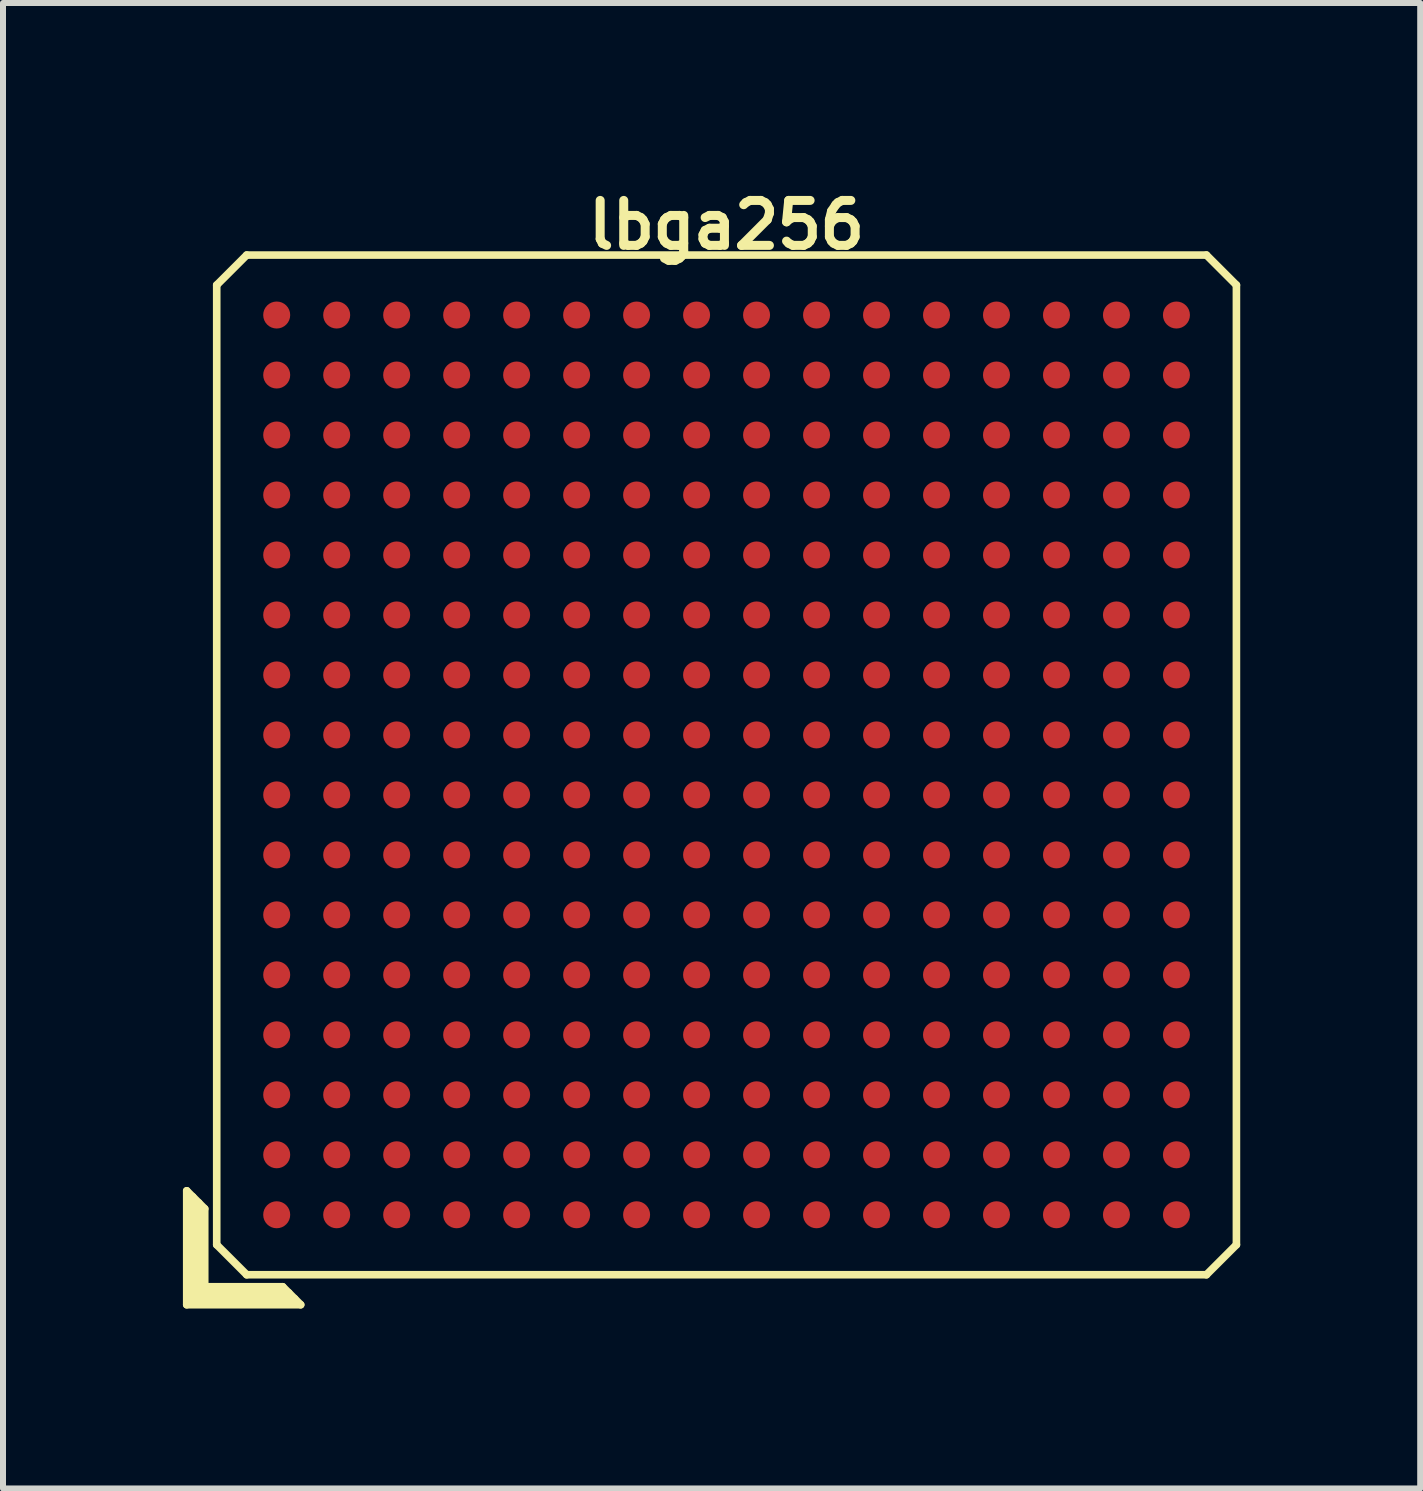
<source format=kicad_pcb>
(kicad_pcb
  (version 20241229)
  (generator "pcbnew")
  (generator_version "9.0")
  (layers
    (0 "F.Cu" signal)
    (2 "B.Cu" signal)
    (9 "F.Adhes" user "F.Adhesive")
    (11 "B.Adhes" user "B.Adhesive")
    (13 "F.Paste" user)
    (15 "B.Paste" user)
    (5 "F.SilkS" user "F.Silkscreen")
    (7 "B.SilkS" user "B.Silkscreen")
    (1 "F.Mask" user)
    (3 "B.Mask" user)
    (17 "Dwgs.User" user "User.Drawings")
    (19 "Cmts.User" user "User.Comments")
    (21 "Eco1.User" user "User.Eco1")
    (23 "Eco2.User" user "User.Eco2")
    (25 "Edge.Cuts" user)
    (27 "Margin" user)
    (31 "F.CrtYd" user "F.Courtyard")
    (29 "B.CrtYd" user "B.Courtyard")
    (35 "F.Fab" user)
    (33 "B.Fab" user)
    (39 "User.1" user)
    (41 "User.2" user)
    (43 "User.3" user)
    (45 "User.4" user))
  (footprint "lbga256"
    (layer "F.Cu")
    (at 9.063 9.702)
    (property "Reference" "lbga256" (at 0 -9 0) (layer "F.SilkS") (effects (font (size 0.75 0.75) (thickness 0.15))))
    (attr smd)
    (fp_line (start -9 7.1) (end -8.7 7.4) (stroke (width 0.127) (type solid)) (layer "F.SilkS"))
    (fp_line (start -9 9) (end -9 7.1) (stroke (width 0.127) (type solid)) (layer "F.SilkS"))
    (fp_line (start -8.9 7.3) (end -8.9 7.2) (stroke (width 0.127) (type solid)) (layer "F.SilkS"))
    (fp_line (start -8.9 8.9) (end -8.9 7.3) (stroke (width 0.127) (type solid)) (layer "F.SilkS"))
    (fp_line (start -8.8 7.3) (end -8.8 8.8) (stroke (width 0.127) (type solid)) (layer "F.SilkS"))
    (fp_line (start -8.8 8.8) (end -7.3 8.8) (stroke (width 0.127) (type solid)) (layer "F.SilkS"))
    (fp_line (start -8.7 7.4) (end -8.7 8.7) (stroke (width 0.127) (type solid)) (layer "F.SilkS"))
    (fp_line (start -8.7 8.7) (end -7.4 8.7) (stroke (width 0.127) (type solid)) (layer "F.SilkS"))
    (fp_line (start -8.5 -8) (end -8.5 8) (stroke (width 0.127) (type solid)) (layer "F.SilkS"))
    (fp_line (start -8.5 -8) (end -8 -8.5) (stroke (width 0.127) (type solid)) (layer "F.SilkS"))
    (fp_line (start -8 8.5) (end -8.5 8) (stroke (width 0.127) (type solid)) (layer "F.SilkS"))
    (fp_line (start -8 8.5) (end 8 8.5) (stroke (width 0.127) (type solid)) (layer "F.SilkS"))
    (fp_line (start -7.4 8.7) (end -7.1 9) (stroke (width 0.127) (type solid)) (layer "F.SilkS"))
    (fp_line (start -7.2 8.9) (end -8.9 8.9) (stroke (width 0.127) (type solid)) (layer "F.SilkS"))
    (fp_line (start -7.1 9) (end -9 9) (stroke (width 0.127) (type solid)) (layer "F.SilkS"))
    (fp_line (start 8 -8.5) (end -8 -8.5) (stroke (width 0.127) (type solid)) (layer "F.SilkS"))
    (fp_line (start 8 -8.5) (end 8.5 -8) (stroke (width 0.127) (type solid)) (layer "F.SilkS"))
    (fp_line (start 8.5 8) (end 8 8.5) (stroke (width 0.127) (type solid)) (layer "F.SilkS"))
    (fp_line (start 8.5 8) (end 8.5 -8) (stroke (width 0.127) (type solid)) (layer "F.SilkS"))
    (pad "A1" smd circle (at -7.5 7.5) (size 0.45 0.45) (layers "F.Cu" "F.Mask" "F.Paste"))
    (pad "A2" smd circle (at -6.5 7.5) (size 0.45 0.45) (layers "F.Cu" "F.Mask" "F.Paste"))
    (pad "A3" smd circle (at -5.5 7.5) (size 0.45 0.45) (layers "F.Cu" "F.Mask" "F.Paste"))
    (pad "A4" smd circle (at -4.5 7.5) (size 0.45 0.45) (layers "F.Cu" "F.Mask" "F.Paste"))
    (pad "A5" smd circle (at -3.5 7.5) (size 0.45 0.45) (layers "F.Cu" "F.Mask" "F.Paste"))
    (pad "A6" smd circle (at -2.5 7.5) (size 0.45 0.45) (layers "F.Cu" "F.Mask" "F.Paste"))
    (pad "A7" smd circle (at -1.5 7.5) (size 0.45 0.45) (layers "F.Cu" "F.Mask" "F.Paste"))
    (pad "A8" smd circle (at -0.5 7.5) (size 0.45 0.45) (layers "F.Cu" "F.Mask" "F.Paste"))
    (pad "A9" smd circle (at 0.5 7.5) (size 0.45 0.45) (layers "F.Cu" "F.Mask" "F.Paste"))
    (pad "A10" smd circle (at 1.5 7.5) (size 0.45 0.45) (layers "F.Cu" "F.Mask" "F.Paste"))
    (pad "A11" smd circle (at 2.5 7.5) (size 0.45 0.45) (layers "F.Cu" "F.Mask" "F.Paste"))
    (pad "A12" smd circle (at 3.5 7.5) (size 0.45 0.45) (layers "F.Cu" "F.Mask" "F.Paste"))
    (pad "A13" smd circle (at 4.5 7.5) (size 0.45 0.45) (layers "F.Cu" "F.Mask" "F.Paste"))
    (pad "A14" smd circle (at 5.5 7.5) (size 0.45 0.45) (layers "F.Cu" "F.Mask" "F.Paste"))
    (pad "A15" smd circle (at 6.5 7.5) (size 0.45 0.45) (layers "F.Cu" "F.Mask" "F.Paste"))
    (pad "A16" smd circle (at 7.5 7.5) (size 0.45 0.45) (layers "F.Cu" "F.Mask" "F.Paste"))
    (pad "B1" smd circle (at -7.5 6.5) (size 0.45 0.45) (layers "F.Cu" "F.Mask" "F.Paste"))
    (pad "B2" smd circle (at -6.5 6.5) (size 0.45 0.45) (layers "F.Cu" "F.Mask" "F.Paste"))
    (pad "B3" smd circle (at -5.5 6.5) (size 0.45 0.45) (layers "F.Cu" "F.Mask" "F.Paste"))
    (pad "B4" smd circle (at -4.5 6.5) (size 0.45 0.45) (layers "F.Cu" "F.Mask" "F.Paste"))
    (pad "B5" smd circle (at -3.5 6.5) (size 0.45 0.45) (layers "F.Cu" "F.Mask" "F.Paste"))
    (pad "B6" smd circle (at -2.5 6.5) (size 0.45 0.45) (layers "F.Cu" "F.Mask" "F.Paste"))
    (pad "B7" smd circle (at -1.5 6.5) (size 0.45 0.45) (layers "F.Cu" "F.Mask" "F.Paste"))
    (pad "B8" smd circle (at -0.5 6.5) (size 0.45 0.45) (layers "F.Cu" "F.Mask" "F.Paste"))
    (pad "B9" smd circle (at 0.5 6.5) (size 0.45 0.45) (layers "F.Cu" "F.Mask" "F.Paste"))
    (pad "B10" smd circle (at 1.5 6.5) (size 0.45 0.45) (layers "F.Cu" "F.Mask" "F.Paste"))
    (pad "B11" smd circle (at 2.5 6.5) (size 0.45 0.45) (layers "F.Cu" "F.Mask" "F.Paste"))
    (pad "B12" smd circle (at 3.5 6.5) (size 0.45 0.45) (layers "F.Cu" "F.Mask" "F.Paste"))
    (pad "B13" smd circle (at 4.5 6.5) (size 0.45 0.45) (layers "F.Cu" "F.Mask" "F.Paste"))
    (pad "B14" smd circle (at 5.5 6.5) (size 0.45 0.45) (layers "F.Cu" "F.Mask" "F.Paste"))
    (pad "B15" smd circle (at 6.5 6.5) (size 0.45 0.45) (layers "F.Cu" "F.Mask" "F.Paste"))
    (pad "B16" smd circle (at 7.5 6.5) (size 0.45 0.45) (layers "F.Cu" "F.Mask" "F.Paste"))
    (pad "C1" smd circle (at -7.5 5.5) (size 0.45 0.45) (layers "F.Cu" "F.Mask" "F.Paste"))
    (pad "C2" smd circle (at -6.5 5.5) (size 0.45 0.45) (layers "F.Cu" "F.Mask" "F.Paste"))
    (pad "C3" smd circle (at -5.5 5.5) (size 0.45 0.45) (layers "F.Cu" "F.Mask" "F.Paste"))
    (pad "C4" smd circle (at -4.5 5.5) (size 0.45 0.45) (layers "F.Cu" "F.Mask" "F.Paste"))
    (pad "C5" smd circle (at -3.5 5.5) (size 0.45 0.45) (layers "F.Cu" "F.Mask" "F.Paste"))
    (pad "C6" smd circle (at -2.5 5.5) (size 0.45 0.45) (layers "F.Cu" "F.Mask" "F.Paste"))
    (pad "C7" smd circle (at -1.5 5.5) (size 0.45 0.45) (layers "F.Cu" "F.Mask" "F.Paste"))
    (pad "C8" smd circle (at -0.5 5.5) (size 0.45 0.45) (layers "F.Cu" "F.Mask" "F.Paste"))
    (pad "C9" smd circle (at 0.5 5.5) (size 0.45 0.45) (layers "F.Cu" "F.Mask" "F.Paste"))
    (pad "C10" smd circle (at 1.5 5.5) (size 0.45 0.45) (layers "F.Cu" "F.Mask" "F.Paste"))
    (pad "C11" smd circle (at 2.5 5.5) (size 0.45 0.45) (layers "F.Cu" "F.Mask" "F.Paste"))
    (pad "C12" smd circle (at 3.5 5.5) (size 0.45 0.45) (layers "F.Cu" "F.Mask" "F.Paste"))
    (pad "C13" smd circle (at 4.5 5.5) (size 0.45 0.45) (layers "F.Cu" "F.Mask" "F.Paste"))
    (pad "C14" smd circle (at 5.5 5.5) (size 0.45 0.45) (layers "F.Cu" "F.Mask" "F.Paste"))
    (pad "C15" smd circle (at 6.5 5.5) (size 0.45 0.45) (layers "F.Cu" "F.Mask" "F.Paste"))
    (pad "C16" smd circle (at 7.5 5.5) (size 0.45 0.45) (layers "F.Cu" "F.Mask" "F.Paste"))
    (pad "D1" smd circle (at -7.5 4.5) (size 0.45 0.45) (layers "F.Cu" "F.Mask" "F.Paste"))
    (pad "D2" smd circle (at -6.5 4.5) (size 0.45 0.45) (layers "F.Cu" "F.Mask" "F.Paste"))
    (pad "D3" smd circle (at -5.5 4.5) (size 0.45 0.45) (layers "F.Cu" "F.Mask" "F.Paste"))
    (pad "D4" smd circle (at -4.5 4.5) (size 0.45 0.45) (layers "F.Cu" "F.Mask" "F.Paste"))
    (pad "D5" smd circle (at -3.5 4.5) (size 0.45 0.45) (layers "F.Cu" "F.Mask" "F.Paste"))
    (pad "D6" smd circle (at -2.5 4.5) (size 0.45 0.45) (layers "F.Cu" "F.Mask" "F.Paste"))
    (pad "D7" smd circle (at -1.5 4.5) (size 0.45 0.45) (layers "F.Cu" "F.Mask" "F.Paste"))
    (pad "D8" smd circle (at -0.5 4.5) (size 0.45 0.45) (layers "F.Cu" "F.Mask" "F.Paste"))
    (pad "D9" smd circle (at 0.5 4.5) (size 0.45 0.45) (layers "F.Cu" "F.Mask" "F.Paste"))
    (pad "D10" smd circle (at 1.5 4.5) (size 0.45 0.45) (layers "F.Cu" "F.Mask" "F.Paste"))
    (pad "D11" smd circle (at 2.5 4.5) (size 0.45 0.45) (layers "F.Cu" "F.Mask" "F.Paste"))
    (pad "D12" smd circle (at 3.5 4.5) (size 0.45 0.45) (layers "F.Cu" "F.Mask" "F.Paste"))
    (pad "D13" smd circle (at 4.5 4.5) (size 0.45 0.45) (layers "F.Cu" "F.Mask" "F.Paste"))
    (pad "D14" smd circle (at 5.5 4.5) (size 0.45 0.45) (layers "F.Cu" "F.Mask" "F.Paste"))
    (pad "D15" smd circle (at 6.5 4.5) (size 0.45 0.45) (layers "F.Cu" "F.Mask" "F.Paste"))
    (pad "D16" smd circle (at 7.5 4.5) (size 0.45 0.45) (layers "F.Cu" "F.Mask" "F.Paste"))
    (pad "E1" smd circle (at -7.5 3.5) (size 0.45 0.45) (layers "F.Cu" "F.Mask" "F.Paste"))
    (pad "E2" smd circle (at -6.5 3.5) (size 0.45 0.45) (layers "F.Cu" "F.Mask" "F.Paste"))
    (pad "E3" smd circle (at -5.5 3.5) (size 0.45 0.45) (layers "F.Cu" "F.Mask" "F.Paste"))
    (pad "E4" smd circle (at -4.5 3.5) (size 0.45 0.45) (layers "F.Cu" "F.Mask" "F.Paste"))
    (pad "E5" smd circle (at -3.5 3.5) (size 0.45 0.45) (layers "F.Cu" "F.Mask" "F.Paste"))
    (pad "E6" smd circle (at -2.5 3.5) (size 0.45 0.45) (layers "F.Cu" "F.Mask" "F.Paste"))
    (pad "E7" smd circle (at -1.5 3.5) (size 0.45 0.45) (layers "F.Cu" "F.Mask" "F.Paste"))
    (pad "E8" smd circle (at -0.5 3.5) (size 0.45 0.45) (layers "F.Cu" "F.Mask" "F.Paste"))
    (pad "E9" smd circle (at 0.5 3.5) (size 0.45 0.45) (layers "F.Cu" "F.Mask" "F.Paste"))
    (pad "E10" smd circle (at 1.5 3.5) (size 0.45 0.45) (layers "F.Cu" "F.Mask" "F.Paste"))
    (pad "E11" smd circle (at 2.5 3.5) (size 0.45 0.45) (layers "F.Cu" "F.Mask" "F.Paste"))
    (pad "E12" smd circle (at 3.5 3.5) (size 0.45 0.45) (layers "F.Cu" "F.Mask" "F.Paste"))
    (pad "E13" smd circle (at 4.5 3.5) (size 0.45 0.45) (layers "F.Cu" "F.Mask" "F.Paste"))
    (pad "E14" smd circle (at 5.5 3.5) (size 0.45 0.45) (layers "F.Cu" "F.Mask" "F.Paste"))
    (pad "E15" smd circle (at 6.5 3.5) (size 0.45 0.45) (layers "F.Cu" "F.Mask" "F.Paste"))
    (pad "E16" smd circle (at 7.5 3.5) (size 0.45 0.45) (layers "F.Cu" "F.Mask" "F.Paste"))
    (pad "F1" smd circle (at -7.5 2.5) (size 0.45 0.45) (layers "F.Cu" "F.Mask" "F.Paste"))
    (pad "F2" smd circle (at -6.5 2.5) (size 0.45 0.45) (layers "F.Cu" "F.Mask" "F.Paste"))
    (pad "F3" smd circle (at -5.5 2.5) (size 0.45 0.45) (layers "F.Cu" "F.Mask" "F.Paste"))
    (pad "F4" smd circle (at -4.5 2.5) (size 0.45 0.45) (layers "F.Cu" "F.Mask" "F.Paste"))
    (pad "F5" smd circle (at -3.5 2.5) (size 0.45 0.45) (layers "F.Cu" "F.Mask" "F.Paste"))
    (pad "F6" smd circle (at -2.5 2.5) (size 0.45 0.45) (layers "F.Cu" "F.Mask" "F.Paste"))
    (pad "F7" smd circle (at -1.5 2.5) (size 0.45 0.45) (layers "F.Cu" "F.Mask" "F.Paste"))
    (pad "F8" smd circle (at -0.5 2.5) (size 0.45 0.45) (layers "F.Cu" "F.Mask" "F.Paste"))
    (pad "F9" smd circle (at 0.5 2.5) (size 0.45 0.45) (layers "F.Cu" "F.Mask" "F.Paste"))
    (pad "F10" smd circle (at 1.5 2.5) (size 0.45 0.45) (layers "F.Cu" "F.Mask" "F.Paste"))
    (pad "F11" smd circle (at 2.5 2.5) (size 0.45 0.45) (layers "F.Cu" "F.Mask" "F.Paste"))
    (pad "F12" smd circle (at 3.5 2.5) (size 0.45 0.45) (layers "F.Cu" "F.Mask" "F.Paste"))
    (pad "F13" smd circle (at 4.5 2.5) (size 0.45 0.45) (layers "F.Cu" "F.Mask" "F.Paste"))
    (pad "F14" smd circle (at 5.5 2.5) (size 0.45 0.45) (layers "F.Cu" "F.Mask" "F.Paste"))
    (pad "F15" smd circle (at 6.5 2.5) (size 0.45 0.45) (layers "F.Cu" "F.Mask" "F.Paste"))
    (pad "F16" smd circle (at 7.5 2.5) (size 0.45 0.45) (layers "F.Cu" "F.Mask" "F.Paste"))
    (pad "G1" smd circle (at -7.5 1.5) (size 0.45 0.45) (layers "F.Cu" "F.Mask" "F.Paste"))
    (pad "G2" smd circle (at -6.5 1.5) (size 0.45 0.45) (layers "F.Cu" "F.Mask" "F.Paste"))
    (pad "G3" smd circle (at -5.5 1.5) (size 0.45 0.45) (layers "F.Cu" "F.Mask" "F.Paste"))
    (pad "G4" smd circle (at -4.5 1.5) (size 0.45 0.45) (layers "F.Cu" "F.Mask" "F.Paste"))
    (pad "G5" smd circle (at -3.5 1.5) (size 0.45 0.45) (layers "F.Cu" "F.Mask" "F.Paste"))
    (pad "G6" smd circle (at -2.5 1.5) (size 0.45 0.45) (layers "F.Cu" "F.Mask" "F.Paste"))
    (pad "G7" smd circle (at -1.5 1.5) (size 0.45 0.45) (layers "F.Cu" "F.Mask" "F.Paste"))
    (pad "G8" smd circle (at -0.5 1.5) (size 0.45 0.45) (layers "F.Cu" "F.Mask" "F.Paste"))
    (pad "G9" smd circle (at 0.5 1.5) (size 0.45 0.45) (layers "F.Cu" "F.Mask" "F.Paste"))
    (pad "G10" smd circle (at 1.5 1.5) (size 0.45 0.45) (layers "F.Cu" "F.Mask" "F.Paste"))
    (pad "G11" smd circle (at 2.5 1.5) (size 0.45 0.45) (layers "F.Cu" "F.Mask" "F.Paste"))
    (pad "G12" smd circle (at 3.5 1.5) (size 0.45 0.45) (layers "F.Cu" "F.Mask" "F.Paste"))
    (pad "G13" smd circle (at 4.5 1.5) (size 0.45 0.45) (layers "F.Cu" "F.Mask" "F.Paste"))
    (pad "G14" smd circle (at 5.5 1.5) (size 0.45 0.45) (layers "F.Cu" "F.Mask" "F.Paste"))
    (pad "G15" smd circle (at 6.5 1.5) (size 0.45 0.45) (layers "F.Cu" "F.Mask" "F.Paste"))
    (pad "G16" smd circle (at 7.5 1.5) (size 0.45 0.45) (layers "F.Cu" "F.Mask" "F.Paste"))
    (pad "H1" smd circle (at -7.5 0.5) (size 0.45 0.45) (layers "F.Cu" "F.Mask" "F.Paste"))
    (pad "H2" smd circle (at -6.5 0.5) (size 0.45 0.45) (layers "F.Cu" "F.Mask" "F.Paste"))
    (pad "H3" smd circle (at -5.5 0.5) (size 0.45 0.45) (layers "F.Cu" "F.Mask" "F.Paste"))
    (pad "H4" smd circle (at -4.5 0.5) (size 0.45 0.45) (layers "F.Cu" "F.Mask" "F.Paste"))
    (pad "H5" smd circle (at -3.5 0.5) (size 0.45 0.45) (layers "F.Cu" "F.Mask" "F.Paste"))
    (pad "H6" smd circle (at -2.5 0.5) (size 0.45 0.45) (layers "F.Cu" "F.Mask" "F.Paste"))
    (pad "H7" smd circle (at -1.5 0.5) (size 0.45 0.45) (layers "F.Cu" "F.Mask" "F.Paste"))
    (pad "H8" smd circle (at -0.5 0.5) (size 0.45 0.45) (layers "F.Cu" "F.Mask" "F.Paste"))
    (pad "H9" smd circle (at 0.5 0.5) (size 0.45 0.45) (layers "F.Cu" "F.Mask" "F.Paste"))
    (pad "H10" smd circle (at 1.5 0.5) (size 0.45 0.45) (layers "F.Cu" "F.Mask" "F.Paste"))
    (pad "H11" smd circle (at 2.5 0.5) (size 0.45 0.45) (layers "F.Cu" "F.Mask" "F.Paste"))
    (pad "H12" smd circle (at 3.5 0.5) (size 0.45 0.45) (layers "F.Cu" "F.Mask" "F.Paste"))
    (pad "H13" smd circle (at 4.5 0.5) (size 0.45 0.45) (layers "F.Cu" "F.Mask" "F.Paste"))
    (pad "H14" smd circle (at 5.5 0.5) (size 0.45 0.45) (layers "F.Cu" "F.Mask" "F.Paste"))
    (pad "H15" smd circle (at 6.5 0.5) (size 0.45 0.45) (layers "F.Cu" "F.Mask" "F.Paste"))
    (pad "H16" smd circle (at 7.5 0.5) (size 0.45 0.45) (layers "F.Cu" "F.Mask" "F.Paste"))
    (pad "J1" smd circle (at -7.5 -0.5) (size 0.45 0.45) (layers "F.Cu" "F.Mask" "F.Paste"))
    (pad "J2" smd circle (at -6.5 -0.5) (size 0.45 0.45) (layers "F.Cu" "F.Mask" "F.Paste"))
    (pad "J3" smd circle (at -5.5 -0.5) (size 0.45 0.45) (layers "F.Cu" "F.Mask" "F.Paste"))
    (pad "J4" smd circle (at -4.5 -0.5) (size 0.45 0.45) (layers "F.Cu" "F.Mask" "F.Paste"))
    (pad "J5" smd circle (at -3.5 -0.5) (size 0.45 0.45) (layers "F.Cu" "F.Mask" "F.Paste"))
    (pad "J6" smd circle (at -2.5 -0.5) (size 0.45 0.45) (layers "F.Cu" "F.Mask" "F.Paste"))
    (pad "J7" smd circle (at -1.5 -0.5) (size 0.45 0.45) (layers "F.Cu" "F.Mask" "F.Paste"))
    (pad "J8" smd circle (at -0.5 -0.5) (size 0.45 0.45) (layers "F.Cu" "F.Mask" "F.Paste"))
    (pad "J9" smd circle (at 0.5 -0.5) (size 0.45 0.45) (layers "F.Cu" "F.Mask" "F.Paste"))
    (pad "J10" smd circle (at 1.5 -0.5) (size 0.45 0.45) (layers "F.Cu" "F.Mask" "F.Paste"))
    (pad "J11" smd circle (at 2.5 -0.5) (size 0.45 0.45) (layers "F.Cu" "F.Mask" "F.Paste"))
    (pad "J12" smd circle (at 3.5 -0.5) (size 0.45 0.45) (layers "F.Cu" "F.Mask" "F.Paste"))
    (pad "J13" smd circle (at 4.5 -0.5) (size 0.45 0.45) (layers "F.Cu" "F.Mask" "F.Paste"))
    (pad "J14" smd circle (at 5.5 -0.5) (size 0.45 0.45) (layers "F.Cu" "F.Mask" "F.Paste"))
    (pad "J15" smd circle (at 6.5 -0.5) (size 0.45 0.45) (layers "F.Cu" "F.Mask" "F.Paste"))
    (pad "J16" smd circle (at 7.5 -0.5) (size 0.45 0.45) (layers "F.Cu" "F.Mask" "F.Paste"))
    (pad "K1" smd circle (at -7.5 -1.5) (size 0.45 0.45) (layers "F.Cu" "F.Mask" "F.Paste"))
    (pad "K2" smd circle (at -6.5 -1.5) (size 0.45 0.45) (layers "F.Cu" "F.Mask" "F.Paste"))
    (pad "K3" smd circle (at -5.5 -1.5) (size 0.45 0.45) (layers "F.Cu" "F.Mask" "F.Paste"))
    (pad "K4" smd circle (at -4.5 -1.5) (size 0.45 0.45) (layers "F.Cu" "F.Mask" "F.Paste"))
    (pad "K5" smd circle (at -3.5 -1.5) (size 0.45 0.45) (layers "F.Cu" "F.Mask" "F.Paste"))
    (pad "K6" smd circle (at -2.5 -1.5) (size 0.45 0.45) (layers "F.Cu" "F.Mask" "F.Paste"))
    (pad "K7" smd circle (at -1.5 -1.5) (size 0.45 0.45) (layers "F.Cu" "F.Mask" "F.Paste"))
    (pad "K8" smd circle (at -0.5 -1.5) (size 0.45 0.45) (layers "F.Cu" "F.Mask" "F.Paste"))
    (pad "K9" smd circle (at 0.5 -1.5) (size 0.45 0.45) (layers "F.Cu" "F.Mask" "F.Paste"))
    (pad "K10" smd circle (at 1.5 -1.5) (size 0.45 0.45) (layers "F.Cu" "F.Mask" "F.Paste"))
    (pad "K11" smd circle (at 2.5 -1.5) (size 0.45 0.45) (layers "F.Cu" "F.Mask" "F.Paste"))
    (pad "K12" smd circle (at 3.5 -1.5) (size 0.45 0.45) (layers "F.Cu" "F.Mask" "F.Paste"))
    (pad "K13" smd circle (at 4.5 -1.5) (size 0.45 0.45) (layers "F.Cu" "F.Mask" "F.Paste"))
    (pad "K14" smd circle (at 5.5 -1.5) (size 0.45 0.45) (layers "F.Cu" "F.Mask" "F.Paste"))
    (pad "K15" smd circle (at 6.5 -1.5) (size 0.45 0.45) (layers "F.Cu" "F.Mask" "F.Paste"))
    (pad "K16" smd circle (at 7.5 -1.5) (size 0.45 0.45) (layers "F.Cu" "F.Mask" "F.Paste"))
    (pad "L1" smd circle (at -7.5 -2.5) (size 0.45 0.45) (layers "F.Cu" "F.Mask" "F.Paste"))
    (pad "L2" smd circle (at -6.5 -2.5) (size 0.45 0.45) (layers "F.Cu" "F.Mask" "F.Paste"))
    (pad "L3" smd circle (at -5.5 -2.5) (size 0.45 0.45) (layers "F.Cu" "F.Mask" "F.Paste"))
    (pad "L4" smd circle (at -4.5 -2.5) (size 0.45 0.45) (layers "F.Cu" "F.Mask" "F.Paste"))
    (pad "L5" smd circle (at -3.5 -2.5) (size 0.45 0.45) (layers "F.Cu" "F.Mask" "F.Paste"))
    (pad "L6" smd circle (at -2.5 -2.5) (size 0.45 0.45) (layers "F.Cu" "F.Mask" "F.Paste"))
    (pad "L7" smd circle (at -1.5 -2.5) (size 0.45 0.45) (layers "F.Cu" "F.Mask" "F.Paste"))
    (pad "L8" smd circle (at -0.5 -2.5) (size 0.45 0.45) (layers "F.Cu" "F.Mask" "F.Paste"))
    (pad "L9" smd circle (at 0.5 -2.5) (size 0.45 0.45) (layers "F.Cu" "F.Mask" "F.Paste"))
    (pad "L10" smd circle (at 1.5 -2.5) (size 0.45 0.45) (layers "F.Cu" "F.Mask" "F.Paste"))
    (pad "L11" smd circle (at 2.5 -2.5) (size 0.45 0.45) (layers "F.Cu" "F.Mask" "F.Paste"))
    (pad "L12" smd circle (at 3.5 -2.5) (size 0.45 0.45) (layers "F.Cu" "F.Mask" "F.Paste"))
    (pad "L13" smd circle (at 4.5 -2.5) (size 0.45 0.45) (layers "F.Cu" "F.Mask" "F.Paste"))
    (pad "L14" smd circle (at 5.5 -2.5) (size 0.45 0.45) (layers "F.Cu" "F.Mask" "F.Paste"))
    (pad "L15" smd circle (at 6.5 -2.5) (size 0.45 0.45) (layers "F.Cu" "F.Mask" "F.Paste"))
    (pad "L16" smd circle (at 7.5 -2.5) (size 0.45 0.45) (layers "F.Cu" "F.Mask" "F.Paste"))
    (pad "M1" smd circle (at -7.5 -3.5) (size 0.45 0.45) (layers "F.Cu" "F.Mask" "F.Paste"))
    (pad "M2" smd circle (at -6.5 -3.5) (size 0.45 0.45) (layers "F.Cu" "F.Mask" "F.Paste"))
    (pad "M3" smd circle (at -5.5 -3.5) (size 0.45 0.45) (layers "F.Cu" "F.Mask" "F.Paste"))
    (pad "M4" smd circle (at -4.5 -3.5) (size 0.45 0.45) (layers "F.Cu" "F.Mask" "F.Paste"))
    (pad "M5" smd circle (at -3.5 -3.5) (size 0.45 0.45) (layers "F.Cu" "F.Mask" "F.Paste"))
    (pad "M6" smd circle (at -2.5 -3.5) (size 0.45 0.45) (layers "F.Cu" "F.Mask" "F.Paste"))
    (pad "M7" smd circle (at -1.5 -3.5) (size 0.45 0.45) (layers "F.Cu" "F.Mask" "F.Paste"))
    (pad "M8" smd circle (at -0.5 -3.5) (size 0.45 0.45) (layers "F.Cu" "F.Mask" "F.Paste"))
    (pad "M9" smd circle (at 0.5 -3.5) (size 0.45 0.45) (layers "F.Cu" "F.Mask" "F.Paste"))
    (pad "M10" smd circle (at 1.5 -3.5) (size 0.45 0.45) (layers "F.Cu" "F.Mask" "F.Paste"))
    (pad "M11" smd circle (at 2.5 -3.5) (size 0.45 0.45) (layers "F.Cu" "F.Mask" "F.Paste"))
    (pad "M12" smd circle (at 3.5 -3.5) (size 0.45 0.45) (layers "F.Cu" "F.Mask" "F.Paste"))
    (pad "M13" smd circle (at 4.5 -3.5) (size 0.45 0.45) (layers "F.Cu" "F.Mask" "F.Paste"))
    (pad "M14" smd circle (at 5.5 -3.5) (size 0.45 0.45) (layers "F.Cu" "F.Mask" "F.Paste"))
    (pad "M15" smd circle (at 6.5 -3.5) (size 0.45 0.45) (layers "F.Cu" "F.Mask" "F.Paste"))
    (pad "M16" smd circle (at 7.5 -3.5) (size 0.45 0.45) (layers "F.Cu" "F.Mask" "F.Paste"))
    (pad "N1" smd circle (at -7.5 -4.5) (size 0.45 0.45) (layers "F.Cu" "F.Mask" "F.Paste"))
    (pad "N2" smd circle (at -6.5 -4.5) (size 0.45 0.45) (layers "F.Cu" "F.Mask" "F.Paste"))
    (pad "N3" smd circle (at -5.5 -4.5) (size 0.45 0.45) (layers "F.Cu" "F.Mask" "F.Paste"))
    (pad "N4" smd circle (at -4.5 -4.5) (size 0.45 0.45) (layers "F.Cu" "F.Mask" "F.Paste"))
    (pad "N5" smd circle (at -3.5 -4.5) (size 0.45 0.45) (layers "F.Cu" "F.Mask" "F.Paste"))
    (pad "N6" smd circle (at -2.5 -4.5) (size 0.45 0.45) (layers "F.Cu" "F.Mask" "F.Paste"))
    (pad "N7" smd circle (at -1.5 -4.5) (size 0.45 0.45) (layers "F.Cu" "F.Mask" "F.Paste"))
    (pad "N8" smd circle (at -0.5 -4.5) (size 0.45 0.45) (layers "F.Cu" "F.Mask" "F.Paste"))
    (pad "N9" smd circle (at 0.5 -4.5) (size 0.45 0.45) (layers "F.Cu" "F.Mask" "F.Paste"))
    (pad "N10" smd circle (at 1.5 -4.5) (size 0.45 0.45) (layers "F.Cu" "F.Mask" "F.Paste"))
    (pad "N11" smd circle (at 2.5 -4.5) (size 0.45 0.45) (layers "F.Cu" "F.Mask" "F.Paste"))
    (pad "N12" smd circle (at 3.5 -4.5) (size 0.45 0.45) (layers "F.Cu" "F.Mask" "F.Paste"))
    (pad "N13" smd circle (at 4.5 -4.5) (size 0.45 0.45) (layers "F.Cu" "F.Mask" "F.Paste"))
    (pad "N14" smd circle (at 5.5 -4.5) (size 0.45 0.45) (layers "F.Cu" "F.Mask" "F.Paste"))
    (pad "N15" smd circle (at 6.5 -4.5) (size 0.45 0.45) (layers "F.Cu" "F.Mask" "F.Paste"))
    (pad "N16" smd circle (at 7.5 -4.5) (size 0.45 0.45) (layers "F.Cu" "F.Mask" "F.Paste"))
    (pad "P1" smd circle (at -7.5 -5.5) (size 0.45 0.45) (layers "F.Cu" "F.Mask" "F.Paste"))
    (pad "P2" smd circle (at -6.5 -5.5) (size 0.45 0.45) (layers "F.Cu" "F.Mask" "F.Paste"))
    (pad "P3" smd circle (at -5.5 -5.5) (size 0.45 0.45) (layers "F.Cu" "F.Mask" "F.Paste"))
    (pad "P4" smd circle (at -4.5 -5.5) (size 0.45 0.45) (layers "F.Cu" "F.Mask" "F.Paste"))
    (pad "P5" smd circle (at -3.5 -5.5) (size 0.45 0.45) (layers "F.Cu" "F.Mask" "F.Paste"))
    (pad "P6" smd circle (at -2.5 -5.5) (size 0.45 0.45) (layers "F.Cu" "F.Mask" "F.Paste"))
    (pad "P7" smd circle (at -1.5 -5.5) (size 0.45 0.45) (layers "F.Cu" "F.Mask" "F.Paste"))
    (pad "P8" smd circle (at -0.5 -5.5) (size 0.45 0.45) (layers "F.Cu" "F.Mask" "F.Paste"))
    (pad "P9" smd circle (at 0.5 -5.5) (size 0.45 0.45) (layers "F.Cu" "F.Mask" "F.Paste"))
    (pad "P10" smd circle (at 1.5 -5.5) (size 0.45 0.45) (layers "F.Cu" "F.Mask" "F.Paste"))
    (pad "P11" smd circle (at 2.5 -5.5) (size 0.45 0.45) (layers "F.Cu" "F.Mask" "F.Paste"))
    (pad "P12" smd circle (at 3.5 -5.5) (size 0.45 0.45) (layers "F.Cu" "F.Mask" "F.Paste"))
    (pad "P13" smd circle (at 4.5 -5.5) (size 0.45 0.45) (layers "F.Cu" "F.Mask" "F.Paste"))
    (pad "P14" smd circle (at 5.5 -5.5) (size 0.45 0.45) (layers "F.Cu" "F.Mask" "F.Paste"))
    (pad "P15" smd circle (at 6.5 -5.5) (size 0.45 0.45) (layers "F.Cu" "F.Mask" "F.Paste"))
    (pad "P16" smd circle (at 7.5 -5.5) (size 0.45 0.45) (layers "F.Cu" "F.Mask" "F.Paste"))
    (pad "R1" smd circle (at -7.5 -6.5) (size 0.45 0.45) (layers "F.Cu" "F.Mask" "F.Paste"))
    (pad "R2" smd circle (at -6.5 -6.5) (size 0.45 0.45) (layers "F.Cu" "F.Mask" "F.Paste"))
    (pad "R3" smd circle (at -5.5 -6.5) (size 0.45 0.45) (layers "F.Cu" "F.Mask" "F.Paste"))
    (pad "R4" smd circle (at -4.5 -6.5) (size 0.45 0.45) (layers "F.Cu" "F.Mask" "F.Paste"))
    (pad "R5" smd circle (at -3.5 -6.5) (size 0.45 0.45) (layers "F.Cu" "F.Mask" "F.Paste"))
    (pad "R6" smd circle (at -2.5 -6.5) (size 0.45 0.45) (layers "F.Cu" "F.Mask" "F.Paste"))
    (pad "R7" smd circle (at -1.5 -6.5) (size 0.45 0.45) (layers "F.Cu" "F.Mask" "F.Paste"))
    (pad "R8" smd circle (at -0.5 -6.5) (size 0.45 0.45) (layers "F.Cu" "F.Mask" "F.Paste"))
    (pad "R9" smd circle (at 0.5 -6.5) (size 0.45 0.45) (layers "F.Cu" "F.Mask" "F.Paste"))
    (pad "R10" smd circle (at 1.5 -6.5) (size 0.45 0.45) (layers "F.Cu" "F.Mask" "F.Paste"))
    (pad "R11" smd circle (at 2.5 -6.5) (size 0.45 0.45) (layers "F.Cu" "F.Mask" "F.Paste"))
    (pad "R12" smd circle (at 3.5 -6.5) (size 0.45 0.45) (layers "F.Cu" "F.Mask" "F.Paste"))
    (pad "R13" smd circle (at 4.5 -6.5) (size 0.45 0.45) (layers "F.Cu" "F.Mask" "F.Paste"))
    (pad "R14" smd circle (at 5.5 -6.5) (size 0.45 0.45) (layers "F.Cu" "F.Mask" "F.Paste"))
    (pad "R15" smd circle (at 6.5 -6.5) (size 0.45 0.45) (layers "F.Cu" "F.Mask" "F.Paste"))
    (pad "R16" smd circle (at 7.5 -6.5) (size 0.45 0.45) (layers "F.Cu" "F.Mask" "F.Paste"))
    (pad "T1" smd circle (at -7.5 -7.5) (size 0.45 0.45) (layers "F.Cu" "F.Mask" "F.Paste"))
    (pad "T2" smd circle (at -6.5 -7.5) (size 0.45 0.45) (layers "F.Cu" "F.Mask" "F.Paste"))
    (pad "T3" smd circle (at -5.5 -7.5) (size 0.45 0.45) (layers "F.Cu" "F.Mask" "F.Paste"))
    (pad "T4" smd circle (at -4.5 -7.5) (size 0.45 0.45) (layers "F.Cu" "F.Mask" "F.Paste"))
    (pad "T5" smd circle (at -3.5 -7.5) (size 0.45 0.45) (layers "F.Cu" "F.Mask" "F.Paste"))
    (pad "T6" smd circle (at -2.5 -7.5) (size 0.45 0.45) (layers "F.Cu" "F.Mask" "F.Paste"))
    (pad "T7" smd circle (at -1.5 -7.5) (size 0.45 0.45) (layers "F.Cu" "F.Mask" "F.Paste"))
    (pad "T8" smd circle (at -0.5 -7.5) (size 0.45 0.45) (layers "F.Cu" "F.Mask" "F.Paste"))
    (pad "T9" smd circle (at 0.5 -7.5) (size 0.45 0.45) (layers "F.Cu" "F.Mask" "F.Paste"))
    (pad "T10" smd circle (at 1.5 -7.5) (size 0.45 0.45) (layers "F.Cu" "F.Mask" "F.Paste"))
    (pad "T11" smd circle (at 2.5 -7.5) (size 0.45 0.45) (layers "F.Cu" "F.Mask" "F.Paste"))
    (pad "T12" smd circle (at 3.5 -7.5) (size 0.45 0.45) (layers "F.Cu" "F.Mask" "F.Paste"))
    (pad "T13" smd circle (at 4.5 -7.5) (size 0.45 0.45) (layers "F.Cu" "F.Mask" "F.Paste"))
    (pad "T14" smd circle (at 5.5 -7.5) (size 0.45 0.45) (layers "F.Cu" "F.Mask" "F.Paste"))
    (pad "T15" smd circle (at 6.5 -7.5) (size 0.45 0.45) (layers "F.Cu" "F.Mask" "F.Paste"))
    (pad "T16" smd circle (at 7.5 -7.5) (size 0.45 0.45) (layers "F.Cu" "F.Mask" "F.Paste")))
  (gr_rect
    (start -3 -3)
    (end 20.627 21.765)
    (stroke (width 0.1) (type default))
    (fill no)
    (layer "Edge.Cuts")))
</source>
